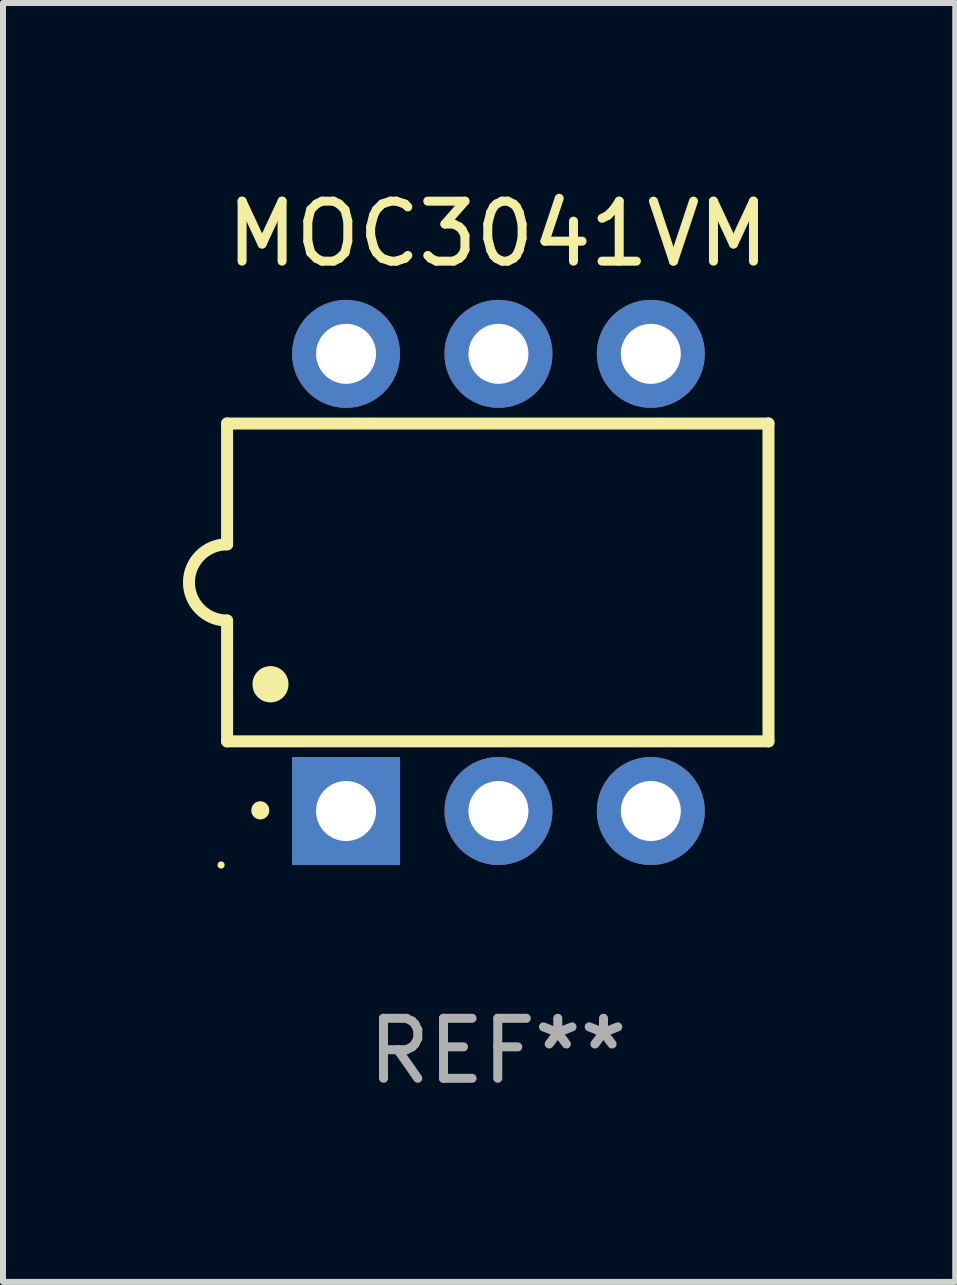
<source format=kicad_pcb>
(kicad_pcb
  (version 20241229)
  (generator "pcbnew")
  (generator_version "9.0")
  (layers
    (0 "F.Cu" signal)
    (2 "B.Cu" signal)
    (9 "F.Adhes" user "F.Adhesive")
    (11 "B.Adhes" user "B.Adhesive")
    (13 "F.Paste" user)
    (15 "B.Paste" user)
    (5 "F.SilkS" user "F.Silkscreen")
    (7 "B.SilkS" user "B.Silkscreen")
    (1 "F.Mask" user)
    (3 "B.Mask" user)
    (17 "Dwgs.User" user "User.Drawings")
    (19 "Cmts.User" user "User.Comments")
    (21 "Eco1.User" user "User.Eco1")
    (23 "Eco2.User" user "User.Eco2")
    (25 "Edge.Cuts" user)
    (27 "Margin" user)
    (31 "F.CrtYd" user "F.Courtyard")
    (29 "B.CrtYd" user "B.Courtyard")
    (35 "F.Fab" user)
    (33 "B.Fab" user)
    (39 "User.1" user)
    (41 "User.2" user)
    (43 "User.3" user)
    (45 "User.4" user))
  (footprint "MOC3041VM"
    (layer "F.Cu")
    (at 5.247 6.658)
    (property "Reference" "MOC3041VM" (at 0 -5.81 0) (layer "F.SilkS") (effects (font (size 1 1) (thickness 0.15))))
    (attr through_hole)
    (fp_line (start -4.512 -2.649) (end 4.512 -2.649) (stroke (width 0.2) (type solid)) (layer "F.SilkS"))
    (fp_line (start -4.512 -0.635) (end -4.512 -2.649) (stroke (width 0.2) (type solid)) (layer "F.SilkS"))
    (fp_line (start -4.512 2.649) (end -4.512 0.635) (stroke (width 0.2) (type solid)) (layer "F.SilkS"))
    (fp_line (start 4.512 -2.649) (end 4.512 2.649) (stroke (width 0.2) (type solid)) (layer "F.SilkS"))
    (fp_line (start 4.512 2.649) (end -4.512 2.649) (stroke (width 0.2) (type solid)) (layer "F.SilkS"))
    (fp_arc (start -4.512319 0.635001) (mid -5.14732 0) (end -4.512319 -0.635001) (stroke (width 0.2) (type solid)) (layer "F.SilkS"))
    (fp_arc (start -3.958598 3.799848) (mid -3.958603 3.798578) (end -3.958598 3.797308) (stroke (width 0.3) (type solid)) (layer "F.SilkS"))
    (fp_arc (start -3.788418 1.699263) (mid -3.788429 1.696723) (end -3.788418 1.694183) (stroke (width 0.6) (type solid)) (layer "F.SilkS"))
    (fp_circle (center -4.612 4.71) (end -4.582 4.71) (stroke (width 0.06) (type solid)) (fill no) (layer "F.SilkS"))
    (fp_text user "REF**" (at 0 7.81 0) (layer "F.Fab") (effects (font (size 1 1) (thickness 0.15))))
    (pad "1" thru_hole rect (at -2.529 3.81 90) (size 1.8 1.8) (drill 1) (layers "*.Cu" "*.Mask"))
    (pad "2" thru_hole circle (at 0.011 3.81) (size 1.8 1.8) (drill 1) (layers "*.Cu" "*.Mask"))
    (pad "3" thru_hole circle (at 2.551 3.81) (size 1.8 1.8) (drill 1) (layers "*.Cu" "*.Mask"))
    (pad "4" thru_hole circle (at 2.551 -3.81) (size 1.8 1.8) (drill 1) (layers "*.Cu" "*.Mask"))
    (pad "5" thru_hole circle (at 0.011 -3.81) (size 1.8 1.8) (drill 1) (layers "*.Cu" "*.Mask"))
    (pad "6" thru_hole circle (at -2.529 -3.81) (size 1.8 1.8) (drill 1) (layers "*.Cu" "*.Mask")))
  (gr_rect
    (start -3 -3)
    (end 12.872 18.317)
    (stroke (width 0.1) (type default))
    (fill no)
    (layer "Edge.Cuts")))
</source>
